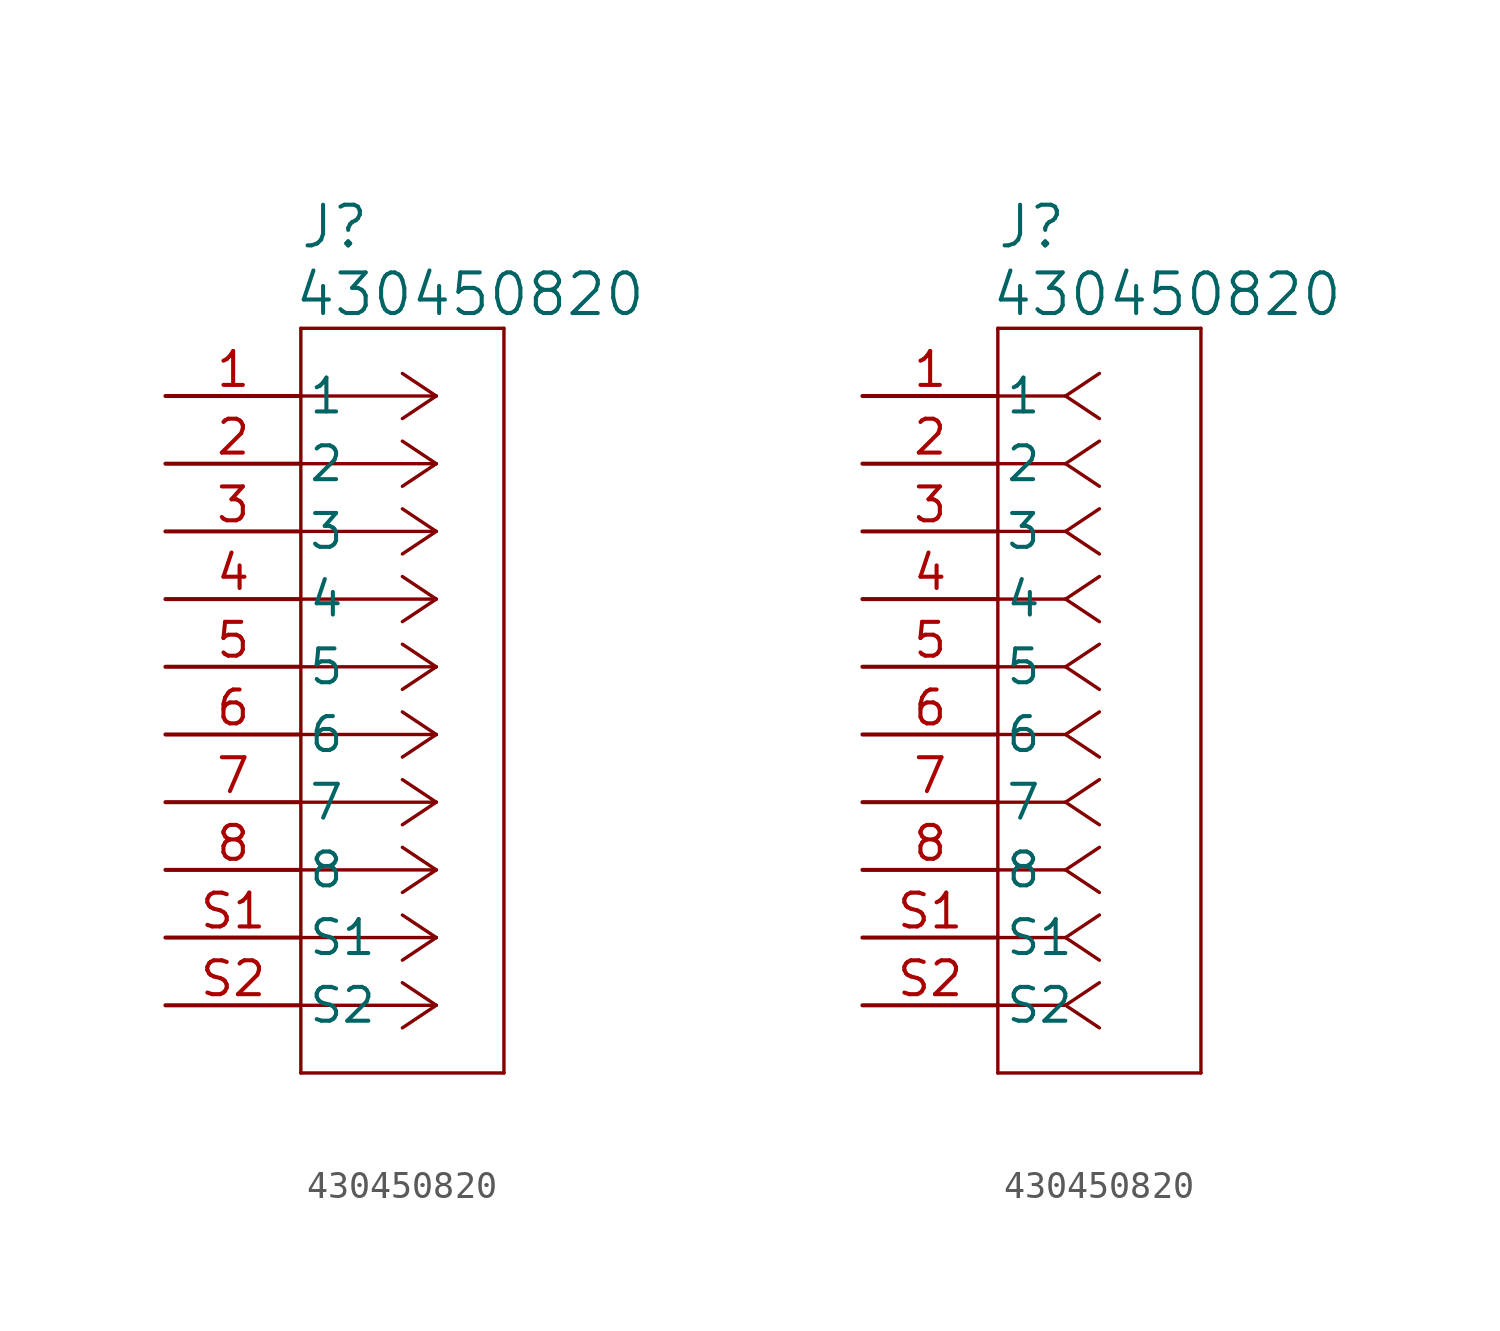
<source format=kicad_sym>
(kicad_symbol_lib
  (version 20220914)
  (generator kicad_symbol_editor)
  (symbol "430450820"
    (pin_names
      (offset 0.254))
    (property "Reference" "J"
      (at 6.35 6.35 0)
      (effects (font (size 1.524 1.524))))
    (property "Value" "430450820"
      (at 11.43 3.81 0)
      (effects (font (size 1.524 1.524))))
    (symbol "430450820_1_1"
      (polyline (pts (xy 5.08 -25.4) (xy 12.7 -25.4)) (stroke (width 0.127) (type default)) (fill (type none)))
      (polyline (pts (xy 5.08 2.54) (xy 5.08 -25.4)) (stroke (width 0.127) (type default)) (fill (type none)))
      (polyline (pts (xy 10.16 -22.86) (xy 5.08 -22.86)) (stroke (width 0.127) (type default)) (fill (type none)))
      (polyline (pts (xy 10.16 -22.86) (xy 8.89 -23.707)) (stroke (width 0.127) (type default)) (fill (type none)))
      (polyline (pts (xy 10.16 -22.86) (xy 8.89 -22.013)) (stroke (width 0.127) (type default)) (fill (type none)))
      (polyline (pts (xy 10.16 -20.32) (xy 5.08 -20.32)) (stroke (width 0.127) (type default)) (fill (type none)))
      (polyline (pts (xy 10.16 -20.32) (xy 8.89 -21.167)) (stroke (width 0.127) (type default)) (fill (type none)))
      (polyline (pts (xy 10.16 -20.32) (xy 8.89 -19.473)) (stroke (width 0.127) (type default)) (fill (type none)))
      (polyline (pts (xy 10.16 -17.78) (xy 5.08 -17.78)) (stroke (width 0.127) (type default)) (fill (type none)))
      (polyline (pts (xy 10.16 -17.78) (xy 8.89 -18.627)) (stroke (width 0.127) (type default)) (fill (type none)))
      (polyline (pts (xy 10.16 -17.78) (xy 8.89 -16.933)) (stroke (width 0.127) (type default)) (fill (type none)))
      (polyline (pts (xy 10.16 -15.24) (xy 5.08 -15.24)) (stroke (width 0.127) (type default)) (fill (type none)))
      (polyline (pts (xy 10.16 -15.24) (xy 8.89 -16.087)) (stroke (width 0.127) (type default)) (fill (type none)))
      (polyline (pts (xy 10.16 -15.24) (xy 8.89 -14.393)) (stroke (width 0.127) (type default)) (fill (type none)))
      (polyline (pts (xy 10.16 -12.7) (xy 5.08 -12.7)) (stroke (width 0.127) (type default)) (fill (type none)))
      (polyline (pts (xy 10.16 -12.7) (xy 8.89 -13.547)) (stroke (width 0.127) (type default)) (fill (type none)))
      (polyline (pts (xy 10.16 -12.7) (xy 8.89 -11.853)) (stroke (width 0.127) (type default)) (fill (type none)))
      (polyline (pts (xy 10.16 -10.16) (xy 5.08 -10.16)) (stroke (width 0.127) (type default)) (fill (type none)))
      (polyline (pts (xy 10.16 -10.16) (xy 8.89 -11.007)) (stroke (width 0.127) (type default)) (fill (type none)))
      (polyline (pts (xy 10.16 -10.16) (xy 8.89 -9.313)) (stroke (width 0.127) (type default)) (fill (type none)))
      (polyline (pts (xy 10.16 -7.62) (xy 5.08 -7.62)) (stroke (width 0.127) (type default)) (fill (type none)))
      (polyline (pts (xy 10.16 -7.62) (xy 8.89 -8.467)) (stroke (width 0.127) (type default)) (fill (type none)))
      (polyline (pts (xy 10.16 -7.62) (xy 8.89 -6.773)) (stroke (width 0.127) (type default)) (fill (type none)))
      (polyline (pts (xy 10.16 -5.08) (xy 5.08 -5.08)) (stroke (width 0.127) (type default)) (fill (type none)))
      (polyline (pts (xy 10.16 -5.08) (xy 8.89 -5.927)) (stroke (width 0.127) (type default)) (fill (type none)))
      (polyline (pts (xy 10.16 -5.08) (xy 8.89 -4.233)) (stroke (width 0.127) (type default)) (fill (type none)))
      (polyline (pts (xy 10.16 -2.54) (xy 5.08 -2.54)) (stroke (width 0.127) (type default)) (fill (type none)))
      (polyline (pts (xy 10.16 -2.54) (xy 8.89 -3.387)) (stroke (width 0.127) (type default)) (fill (type none)))
      (polyline (pts (xy 10.16 -2.54) (xy 8.89 -1.693)) (stroke (width 0.127) (type default)) (fill (type none)))
      (polyline (pts (xy 10.16 0) (xy 5.08 0)) (stroke (width 0.127) (type default)) (fill (type none)))
      (polyline (pts (xy 10.16 0) (xy 8.89 -0.847)) (stroke (width 0.127) (type default)) (fill (type none)))
      (polyline (pts (xy 10.16 0) (xy 8.89 0.847)) (stroke (width 0.127) (type default)) (fill (type none)))
      (polyline (pts (xy 12.7 -25.4) (xy 12.7 2.54)) (stroke (width 0.127) (type default)) (fill (type none)))
      (polyline (pts (xy 12.7 2.54) (xy 5.08 2.54)) (stroke (width 0.127) (type default)) (fill (type none)))
      (pin unspecified line (at 0 0 0) (length 5.08) (name "1" (effects (font (size 1.27 1.27)))) (number "1" (effects (font (size 1.27 1.27)))))
      (pin unspecified line (at 0 -2.54 0) (length 5.08) (name "2" (effects (font (size 1.27 1.27)))) (number "2" (effects (font (size 1.27 1.27)))))
      (pin unspecified line (at 0 -5.08 0) (length 5.08) (name "3" (effects (font (size 1.27 1.27)))) (number "3" (effects (font (size 1.27 1.27)))))
      (pin unspecified line (at 0 -7.62 0) (length 5.08) (name "4" (effects (font (size 1.27 1.27)))) (number "4" (effects (font (size 1.27 1.27)))))
      (pin unspecified line (at 0 -10.16 0) (length 5.08) (name "5" (effects (font (size 1.27 1.27)))) (number "5" (effects (font (size 1.27 1.27)))))
      (pin unspecified line (at 0 -12.7 0) (length 5.08) (name "6" (effects (font (size 1.27 1.27)))) (number "6" (effects (font (size 1.27 1.27)))))
      (pin unspecified line (at 0 -15.24 0) (length 5.08) (name "7" (effects (font (size 1.27 1.27)))) (number "7" (effects (font (size 1.27 1.27)))))
      (pin unspecified line (at 0 -17.78 0) (length 5.08) (name "8" (effects (font (size 1.27 1.27)))) (number "8" (effects (font (size 1.27 1.27)))))
      (pin unspecified line (at 0 -20.32 0) (length 5.08) (name "S1" (effects (font (size 1.27 1.27)))) (number "S1" (effects (font (size 1.27 1.27)))))
      (pin unspecified line (at 0 -22.86 0) (length 5.08) (name "S2" (effects (font (size 1.27 1.27)))) (number "S2" (effects (font (size 1.27 1.27))))))
    (symbol "430450820_1_2"
      (polyline (pts (xy 5.08 -25.4) (xy 12.7 -25.4)) (stroke (width 0.127) (type default)) (fill (type none)))
      (polyline (pts (xy 5.08 2.54) (xy 5.08 -25.4)) (stroke (width 0.127) (type default)) (fill (type none)))
      (polyline (pts (xy 7.62 -22.86) (xy 5.08 -22.86)) (stroke (width 0.127) (type default)) (fill (type none)))
      (polyline (pts (xy 7.62 -22.86) (xy 8.89 -23.707)) (stroke (width 0.127) (type default)) (fill (type none)))
      (polyline (pts (xy 7.62 -22.86) (xy 8.89 -22.013)) (stroke (width 0.127) (type default)) (fill (type none)))
      (polyline (pts (xy 7.62 -20.32) (xy 5.08 -20.32)) (stroke (width 0.127) (type default)) (fill (type none)))
      (polyline (pts (xy 7.62 -20.32) (xy 8.89 -21.167)) (stroke (width 0.127) (type default)) (fill (type none)))
      (polyline (pts (xy 7.62 -20.32) (xy 8.89 -19.473)) (stroke (width 0.127) (type default)) (fill (type none)))
      (polyline (pts (xy 7.62 -17.78) (xy 5.08 -17.78)) (stroke (width 0.127) (type default)) (fill (type none)))
      (polyline (pts (xy 7.62 -17.78) (xy 8.89 -18.627)) (stroke (width 0.127) (type default)) (fill (type none)))
      (polyline (pts (xy 7.62 -17.78) (xy 8.89 -16.933)) (stroke (width 0.127) (type default)) (fill (type none)))
      (polyline (pts (xy 7.62 -15.24) (xy 5.08 -15.24)) (stroke (width 0.127) (type default)) (fill (type none)))
      (polyline (pts (xy 7.62 -15.24) (xy 8.89 -16.087)) (stroke (width 0.127) (type default)) (fill (type none)))
      (polyline (pts (xy 7.62 -15.24) (xy 8.89 -14.393)) (stroke (width 0.127) (type default)) (fill (type none)))
      (polyline (pts (xy 7.62 -12.7) (xy 5.08 -12.7)) (stroke (width 0.127) (type default)) (fill (type none)))
      (polyline (pts (xy 7.62 -12.7) (xy 8.89 -13.547)) (stroke (width 0.127) (type default)) (fill (type none)))
      (polyline (pts (xy 7.62 -12.7) (xy 8.89 -11.853)) (stroke (width 0.127) (type default)) (fill (type none)))
      (polyline (pts (xy 7.62 -10.16) (xy 5.08 -10.16)) (stroke (width 0.127) (type default)) (fill (type none)))
      (polyline (pts (xy 7.62 -10.16) (xy 8.89 -11.007)) (stroke (width 0.127) (type default)) (fill (type none)))
      (polyline (pts (xy 7.62 -10.16) (xy 8.89 -9.313)) (stroke (width 0.127) (type default)) (fill (type none)))
      (polyline (pts (xy 7.62 -7.62) (xy 5.08 -7.62)) (stroke (width 0.127) (type default)) (fill (type none)))
      (polyline (pts (xy 7.62 -7.62) (xy 8.89 -8.467)) (stroke (width 0.127) (type default)) (fill (type none)))
      (polyline (pts (xy 7.62 -7.62) (xy 8.89 -6.773)) (stroke (width 0.127) (type default)) (fill (type none)))
      (polyline (pts (xy 7.62 -5.08) (xy 5.08 -5.08)) (stroke (width 0.127) (type default)) (fill (type none)))
      (polyline (pts (xy 7.62 -5.08) (xy 8.89 -5.927)) (stroke (width 0.127) (type default)) (fill (type none)))
      (polyline (pts (xy 7.62 -5.08) (xy 8.89 -4.233)) (stroke (width 0.127) (type default)) (fill (type none)))
      (polyline (pts (xy 7.62 -2.54) (xy 5.08 -2.54)) (stroke (width 0.127) (type default)) (fill (type none)))
      (polyline (pts (xy 7.62 -2.54) (xy 8.89 -3.387)) (stroke (width 0.127) (type default)) (fill (type none)))
      (polyline (pts (xy 7.62 -2.54) (xy 8.89 -1.693)) (stroke (width 0.127) (type default)) (fill (type none)))
      (polyline (pts (xy 7.62 0) (xy 5.08 0)) (stroke (width 0.127) (type default)) (fill (type none)))
      (polyline (pts (xy 7.62 0) (xy 8.89 -0.847)) (stroke (width 0.127) (type default)) (fill (type none)))
      (polyline (pts (xy 7.62 0) (xy 8.89 0.847)) (stroke (width 0.127) (type default)) (fill (type none)))
      (polyline (pts (xy 12.7 -25.4) (xy 12.7 2.54)) (stroke (width 0.127) (type default)) (fill (type none)))
      (polyline (pts (xy 12.7 2.54) (xy 5.08 2.54)) (stroke (width 0.127) (type default)) (fill (type none)))
      (pin unspecified line (at 0 0 0) (length 5.08) (name "1" (effects (font (size 1.27 1.27)))) (number "1" (effects (font (size 1.27 1.27)))))
      (pin unspecified line (at 0 -2.54 0) (length 5.08) (name "2" (effects (font (size 1.27 1.27)))) (number "2" (effects (font (size 1.27 1.27)))))
      (pin unspecified line (at 0 -5.08 0) (length 5.08) (name "3" (effects (font (size 1.27 1.27)))) (number "3" (effects (font (size 1.27 1.27)))))
      (pin unspecified line (at 0 -7.62 0) (length 5.08) (name "4" (effects (font (size 1.27 1.27)))) (number "4" (effects (font (size 1.27 1.27)))))
      (pin unspecified line (at 0 -10.16 0) (length 5.08) (name "5" (effects (font (size 1.27 1.27)))) (number "5" (effects (font (size 1.27 1.27)))))
      (pin unspecified line (at 0 -12.7 0) (length 5.08) (name "6" (effects (font (size 1.27 1.27)))) (number "6" (effects (font (size 1.27 1.27)))))
      (pin unspecified line (at 0 -15.24 0) (length 5.08) (name "7" (effects (font (size 1.27 1.27)))) (number "7" (effects (font (size 1.27 1.27)))))
      (pin unspecified line (at 0 -17.78 0) (length 5.08) (name "8" (effects (font (size 1.27 1.27)))) (number "8" (effects (font (size 1.27 1.27)))))
      (pin unspecified line (at 0 -20.32 0) (length 5.08) (name "S1" (effects (font (size 1.27 1.27)))) (number "S1" (effects (font (size 1.27 1.27)))))
      (pin unspecified line (at 0 -22.86 0) (length 5.08) (name "S2" (effects (font (size 1.27 1.27)))) (number "S2" (effects (font (size 1.27 1.27))))))))
</source>
